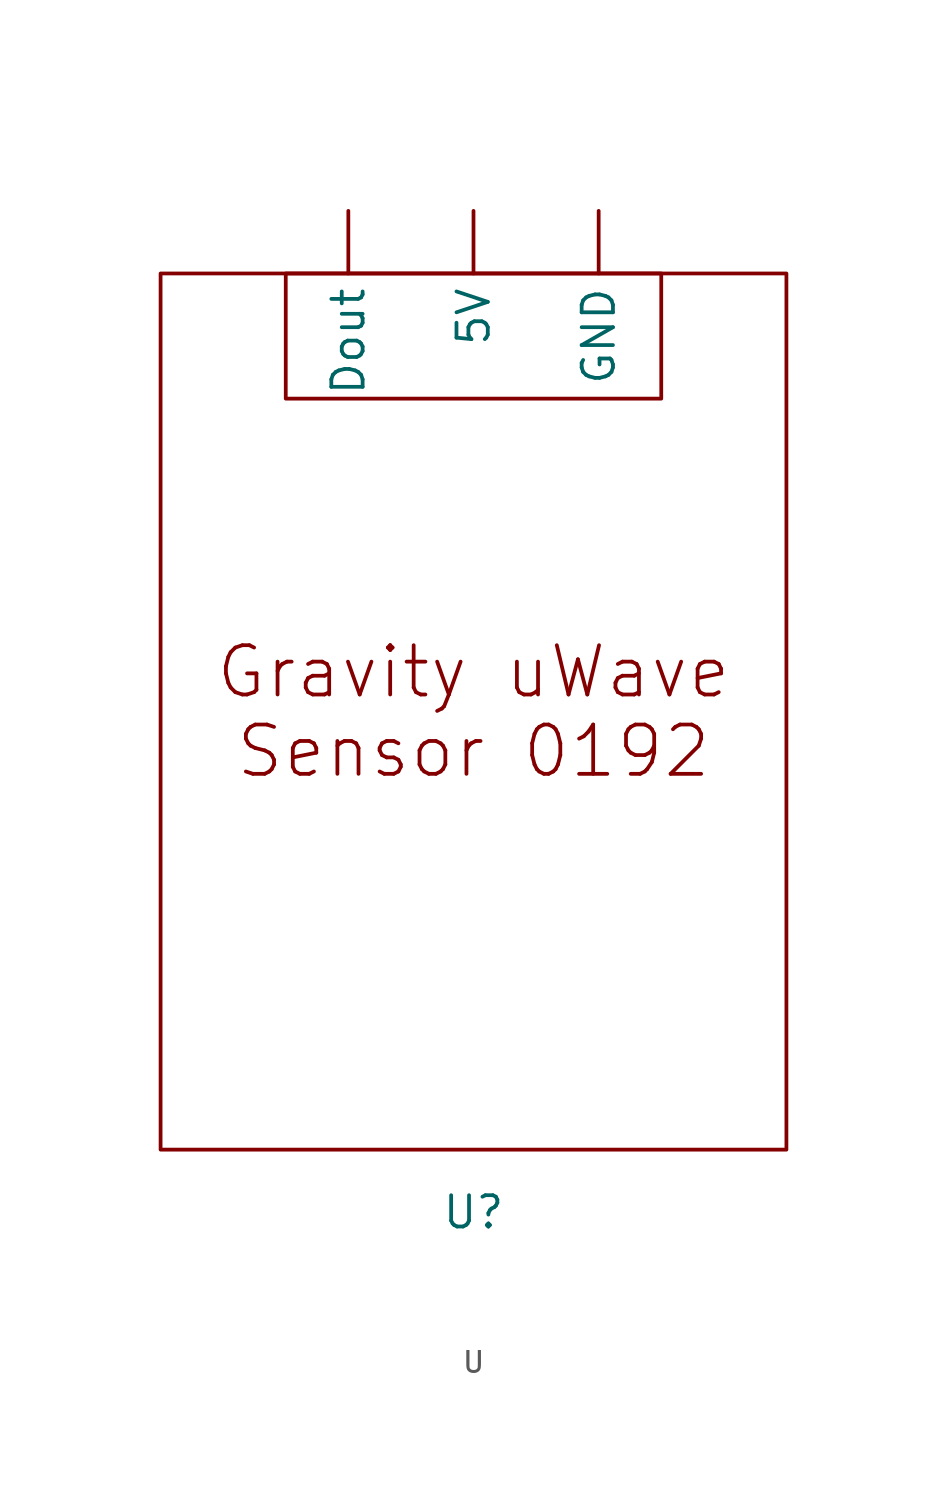
<source format=kicad_sym>
(kicad_symbol_lib
  (version 20231120)
  (generator "kicad_symbol_editor")
  (generator_version "8.0")
  (symbol "U"
    (pin_numbers hide)
    (property "Reference" "U"
      (at 0 -20.32 0)
      (effects (font (size 1.27 1.27))))
    (property "Value" ""
      (at 0 0 0)
      (effects (font (size 1.27 1.27))))
    (symbol "U_0_1"
      (rectangle (start -12.7 17.78) (end 12.7 -17.78) (stroke (width 0) (type default)) (fill (type none))))
    (symbol "U_1_1"
      (rectangle (start -7.62 17.78) (end 7.62 12.7) (stroke (width 0) (type default)) (fill (type none)))
      (text "Gravity uWave\nSensor 0192" (at 0 0 0) (effects (font (size 2 2))))
      (pin input line (at 0 20.32 270) (length 2.54) (name "5V" (effects (font (size 1.27 1.27)))) (number "" (effects (font (size 1.27 1.27)))))
      (pin output line (at -5.08 20.32 270) (length 2.54) (name "Dout" (effects (font (size 1.27 1.27)))) (number "" (effects (font (size 1.27 1.27)))))
      (pin input line (at 5.08 20.32 270) (length 2.54) (name "GND" (effects (font (size 1.27 1.27)))) (number "" (effects (font (size 1.27 1.27))))))))
</source>
